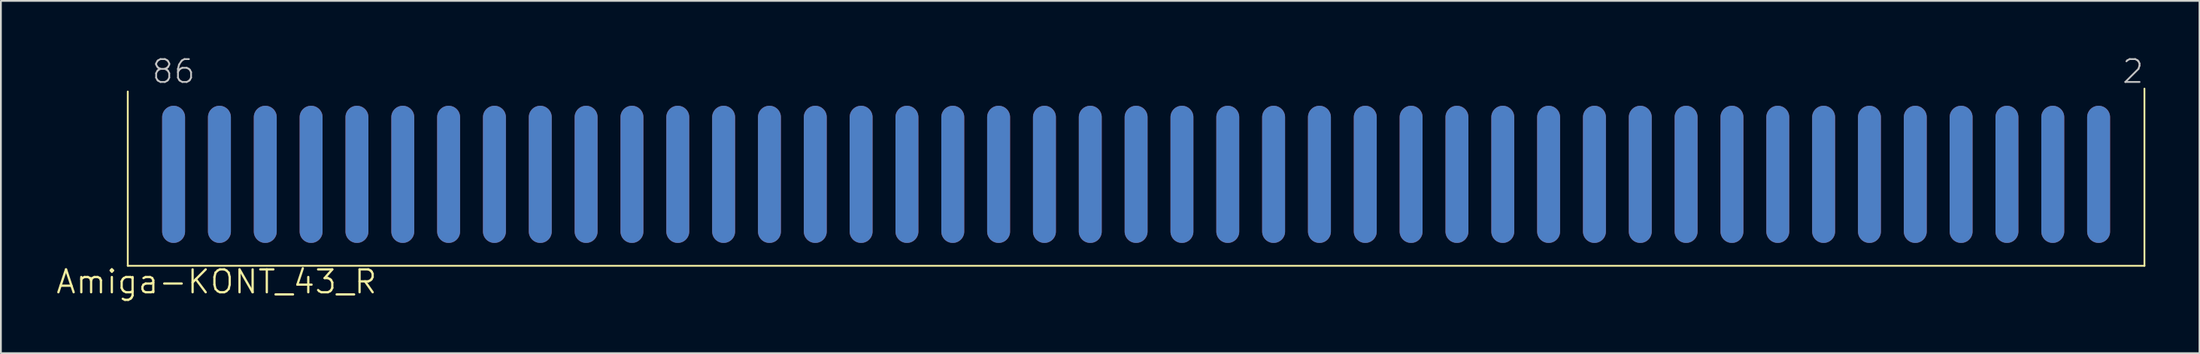
<source format=kicad_pcb>
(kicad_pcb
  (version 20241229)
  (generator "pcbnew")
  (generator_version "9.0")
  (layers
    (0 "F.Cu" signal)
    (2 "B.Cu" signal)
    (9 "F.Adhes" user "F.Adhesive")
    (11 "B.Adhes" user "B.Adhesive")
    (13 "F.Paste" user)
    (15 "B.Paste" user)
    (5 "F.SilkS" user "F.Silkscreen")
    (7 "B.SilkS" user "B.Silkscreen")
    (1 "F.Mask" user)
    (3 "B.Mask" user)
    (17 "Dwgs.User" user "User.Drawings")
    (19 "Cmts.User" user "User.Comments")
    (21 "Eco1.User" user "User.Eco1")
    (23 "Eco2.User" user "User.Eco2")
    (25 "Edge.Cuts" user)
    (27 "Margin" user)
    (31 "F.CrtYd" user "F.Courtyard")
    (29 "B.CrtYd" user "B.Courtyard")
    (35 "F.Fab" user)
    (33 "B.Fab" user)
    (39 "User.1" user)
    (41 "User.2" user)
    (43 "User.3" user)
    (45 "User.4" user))
  (footprint "Amiga-KONT_43_R"
    (layer "F.Cu")
    (at 58.641 6.636)
    (property "Reference" "Amiga-KONT_43_R" (at -49.687 5.969 0) (layer "F.SilkS") (effects (font (size 1.27 1.27) (thickness 0.127))))
    (attr smd)
    (fp_line (start -54.61 -4.602) (end -54.61 5.08) (stroke (width 0.1) (type solid)) (layer "F.SilkS"))
    (fp_line (start -54.61 5.08) (end 57.15 5.08) (stroke (width 0.1) (type solid)) (layer "F.SilkS"))
    (fp_line (start 57.15 5.08) (end 57.15 -4.763) (stroke (width 0.1) (type solid)) (layer "F.SilkS"))
    (fp_text user "86" (at -52.07 -5.715 0) (layer "Dwgs.User") (effects (font (size 1.27 1.27) (thickness 0.102))))
    (fp_text user "2" (at 56.515 -5.715 0) (layer "Dwgs.User") (effects (font (size 1.27 1.27) (thickness 0.102))))
    (pad "1" smd oval (at 54.61 0 90) (size 7.62 1.27) (layers "B.Cu" "B.Mask"))
    (pad "2" smd oval (at 54.61 0 90) (size 7.62 1.27) (layers "F.Cu" "F.Mask" "F.Paste"))
    (pad "3" smd oval (at 52.07 0 90) (size 7.62 1.27) (layers "B.Cu" "B.Mask"))
    (pad "4" smd oval (at 52.07 0 90) (size 7.62 1.27) (layers "F.Cu" "F.Mask" "F.Paste"))
    (pad "5" smd oval (at 49.53 0 90) (size 7.62 1.27) (layers "B.Cu" "B.Mask"))
    (pad "6" smd oval (at 49.53 0 90) (size 7.62 1.27) (layers "F.Cu" "F.Mask" "F.Paste"))
    (pad "7" smd oval (at 46.99 0 90) (size 7.62 1.27) (layers "B.Cu" "B.Mask"))
    (pad "8" smd oval (at 46.99 0 90) (size 7.62 1.27) (layers "F.Cu" "F.Mask" "F.Paste"))
    (pad "9" smd oval (at 44.45 0 90) (size 7.62 1.27) (layers "B.Cu" "B.Mask"))
    (pad "10" smd oval (at 44.45 0 90) (size 7.62 1.27) (layers "F.Cu" "F.Mask" "F.Paste"))
    (pad "11" smd oval (at 41.91 0 90) (size 7.62 1.27) (layers "B.Cu" "B.Mask"))
    (pad "12" smd oval (at 41.91 0 90) (size 7.62 1.27) (layers "F.Cu" "F.Mask" "F.Paste"))
    (pad "13" smd oval (at 39.37 0 90) (size 7.62 1.27) (layers "B.Cu" "B.Mask"))
    (pad "14" smd oval (at 39.37 0 90) (size 7.62 1.27) (layers "F.Cu" "F.Mask" "F.Paste"))
    (pad "15" smd oval (at 36.83 0 90) (size 7.62 1.27) (layers "B.Cu" "B.Mask"))
    (pad "16" smd oval (at 36.83 0 90) (size 7.62 1.27) (layers "F.Cu" "F.Mask" "F.Paste"))
    (pad "17" smd oval (at 34.29 0 90) (size 7.62 1.27) (layers "B.Cu" "B.Mask"))
    (pad "18" smd oval (at 34.29 0 90) (size 7.62 1.27) (layers "F.Cu" "F.Mask" "F.Paste"))
    (pad "19" smd oval (at 31.75 0 90) (size 7.62 1.27) (layers "B.Cu" "B.Mask"))
    (pad "20" smd oval (at 31.75 0 90) (size 7.62 1.27) (layers "F.Cu" "F.Mask" "F.Paste"))
    (pad "21" smd oval (at 29.21 0 90) (size 7.62 1.27) (layers "B.Cu" "B.Mask"))
    (pad "22" smd oval (at 29.21 0 90) (size 7.62 1.27) (layers "F.Cu" "F.Mask" "F.Paste"))
    (pad "23" smd oval (at 26.67 0 90) (size 7.62 1.27) (layers "B.Cu" "B.Mask"))
    (pad "24" smd oval (at 26.67 0 90) (size 7.62 1.27) (layers "F.Cu" "F.Mask" "F.Paste"))
    (pad "25" smd oval (at 24.13 0 90) (size 7.62 1.27) (layers "B.Cu" "B.Mask"))
    (pad "26" smd oval (at 24.13 0 90) (size 7.62 1.27) (layers "F.Cu" "F.Mask" "F.Paste"))
    (pad "27" smd oval (at 21.59 0 90) (size 7.62 1.27) (layers "B.Cu" "B.Mask"))
    (pad "28" smd oval (at 21.59 0 90) (size 7.62 1.27) (layers "F.Cu" "F.Mask" "F.Paste"))
    (pad "29" smd oval (at 19.05 0 90) (size 7.62 1.27) (layers "B.Cu" "B.Mask"))
    (pad "30" smd oval (at 19.05 0 90) (size 7.62 1.27) (layers "F.Cu" "F.Mask" "F.Paste"))
    (pad "31" smd oval (at 16.51 0 90) (size 7.62 1.27) (layers "B.Cu" "B.Mask"))
    (pad "32" smd oval (at 16.51 0 90) (size 7.62 1.27) (layers "F.Cu" "F.Mask" "F.Paste"))
    (pad "33" smd oval (at 13.97 0 90) (size 7.62 1.27) (layers "B.Cu" "B.Mask"))
    (pad "34" smd oval (at 13.97 0 90) (size 7.62 1.27) (layers "F.Cu" "F.Mask" "F.Paste"))
    (pad "35" smd oval (at 11.43 0 90) (size 7.62 1.27) (layers "B.Cu" "B.Mask"))
    (pad "36" smd oval (at 11.43 0 90) (size 7.62 1.27) (layers "F.Cu" "F.Mask" "F.Paste"))
    (pad "37" smd oval (at 8.89 0 90) (size 7.62 1.27) (layers "B.Cu" "B.Mask"))
    (pad "38" smd oval (at 8.89 0 90) (size 7.62 1.27) (layers "F.Cu" "F.Mask" "F.Paste"))
    (pad "39" smd oval (at 6.35 0 90) (size 7.62 1.27) (layers "B.Cu" "B.Mask"))
    (pad "40" smd oval (at 6.35 0 90) (size 7.62 1.27) (layers "F.Cu" "F.Mask" "F.Paste"))
    (pad "41" smd oval (at 3.81 0 90) (size 7.62 1.27) (layers "B.Cu" "B.Mask"))
    (pad "42" smd oval (at 3.81 0 90) (size 7.62 1.27) (layers "F.Cu" "F.Mask" "F.Paste"))
    (pad "43" smd oval (at 1.27 0 90) (size 7.62 1.27) (layers "B.Cu" "B.Mask"))
    (pad "44" smd oval (at 1.27 0 90) (size 7.62 1.27) (layers "F.Cu" "F.Mask" "F.Paste"))
    (pad "45" smd oval (at -1.27 0 90) (size 7.62 1.27) (layers "B.Cu" "B.Mask"))
    (pad "46" smd oval (at -1.27 0 90) (size 7.62 1.27) (layers "F.Cu" "F.Mask" "F.Paste"))
    (pad "47" smd oval (at -3.81 0 90) (size 7.62 1.27) (layers "B.Cu" "B.Mask"))
    (pad "48" smd oval (at -3.81 0 90) (size 7.62 1.27) (layers "F.Cu" "F.Mask" "F.Paste"))
    (pad "49" smd oval (at -6.35 0 90) (size 7.62 1.27) (layers "B.Cu" "B.Mask"))
    (pad "50" smd oval (at -6.35 0 90) (size 7.62 1.27) (layers "F.Cu" "F.Mask" "F.Paste"))
    (pad "51" smd oval (at -8.89 0 90) (size 7.62 1.27) (layers "B.Cu" "B.Mask"))
    (pad "52" smd oval (at -8.89 0 90) (size 7.62 1.27) (layers "F.Cu" "F.Mask" "F.Paste"))
    (pad "53" smd oval (at -11.43 0 90) (size 7.62 1.27) (layers "B.Cu" "B.Mask"))
    (pad "54" smd oval (at -11.43 0 90) (size 7.62 1.27) (layers "F.Cu" "F.Mask" "F.Paste"))
    (pad "55" smd oval (at -13.97 0 90) (size 7.62 1.27) (layers "B.Cu" "B.Mask"))
    (pad "56" smd oval (at -13.97 0 90) (size 7.62 1.27) (layers "F.Cu" "F.Mask" "F.Paste"))
    (pad "57" smd oval (at -16.51 0 90) (size 7.62 1.27) (layers "B.Cu" "B.Mask"))
    (pad "58" smd oval (at -16.51 0 90) (size 7.62 1.27) (layers "F.Cu" "F.Mask" "F.Paste"))
    (pad "59" smd oval (at -19.05 0 90) (size 7.62 1.27) (layers "B.Cu" "B.Mask"))
    (pad "60" smd oval (at -19.05 0 90) (size 7.62 1.27) (layers "F.Cu" "F.Mask" "F.Paste"))
    (pad "61" smd oval (at -21.59 0 90) (size 7.62 1.27) (layers "B.Cu" "B.Mask"))
    (pad "62" smd oval (at -21.59 0 90) (size 7.62 1.27) (layers "F.Cu" "F.Mask" "F.Paste"))
    (pad "63" smd oval (at -24.13 0 90) (size 7.62 1.27) (layers "B.Cu" "B.Mask"))
    (pad "64" smd oval (at -24.13 0 90) (size 7.62 1.27) (layers "F.Cu" "F.Mask" "F.Paste"))
    (pad "65" smd oval (at -26.67 0 90) (size 7.62 1.27) (layers "B.Cu" "B.Mask"))
    (pad "66" smd oval (at -26.67 0 90) (size 7.62 1.27) (layers "F.Cu" "F.Mask" "F.Paste"))
    (pad "67" smd oval (at -29.21 0 90) (size 7.62 1.27) (layers "B.Cu" "B.Mask"))
    (pad "68" smd oval (at -29.21 0 90) (size 7.62 1.27) (layers "F.Cu" "F.Mask" "F.Paste"))
    (pad "69" smd oval (at -31.75 0 90) (size 7.62 1.27) (layers "B.Cu" "B.Mask"))
    (pad "70" smd oval (at -31.75 0 90) (size 7.62 1.27) (layers "F.Cu" "F.Mask" "F.Paste"))
    (pad "71" smd oval (at -34.29 0 90) (size 7.62 1.27) (layers "B.Cu" "B.Mask"))
    (pad "72" smd oval (at -34.29 0 90) (size 7.62 1.27) (layers "F.Cu" "F.Mask" "F.Paste"))
    (pad "73" smd oval (at -36.83 0 90) (size 7.62 1.27) (layers "B.Cu" "B.Mask"))
    (pad "74" smd oval (at -36.83 0 90) (size 7.62 1.27) (layers "F.Cu" "F.Mask" "F.Paste"))
    (pad "75" smd oval (at -39.37 0 90) (size 7.62 1.27) (layers "B.Cu" "B.Mask"))
    (pad "76" smd oval (at -39.37 0 90) (size 7.62 1.27) (layers "F.Cu" "F.Mask" "F.Paste"))
    (pad "77" smd oval (at -41.91 0 90) (size 7.62 1.27) (layers "B.Cu" "B.Mask"))
    (pad "78" smd oval (at -41.91 0 90) (size 7.62 1.27) (layers "F.Cu" "F.Mask" "F.Paste"))
    (pad "79" smd oval (at -44.45 0 90) (size 7.62 1.27) (layers "B.Cu" "B.Mask"))
    (pad "80" smd oval (at -44.45 0 90) (size 7.62 1.27) (layers "F.Cu" "F.Mask" "F.Paste"))
    (pad "81" smd oval (at -46.99 0 90) (size 7.62 1.27) (layers "B.Cu" "B.Mask"))
    (pad "82" smd oval (at -46.99 0 90) (size 7.62 1.27) (layers "F.Cu" "F.Mask" "F.Paste"))
    (pad "83" smd oval (at -49.53 0 90) (size 7.62 1.27) (layers "B.Cu" "B.Mask"))
    (pad "84" smd oval (at -49.53 0 90) (size 7.62 1.27) (layers "F.Cu" "F.Mask" "F.Paste"))
    (pad "85" smd oval (at -52.07 0 90) (size 7.62 1.27) (layers "B.Cu" "B.Mask"))
    (pad "86" smd oval (at -52.07 0 90) (size 7.62 1.27) (layers "F.Cu" "F.Mask" "F.Paste")))
  (gr_rect
    (start -3 -3)
    (end 118.841 16.571)
    (stroke (width 0.1) (type default))
    (fill no)
    (layer "Edge.Cuts")))
</source>
